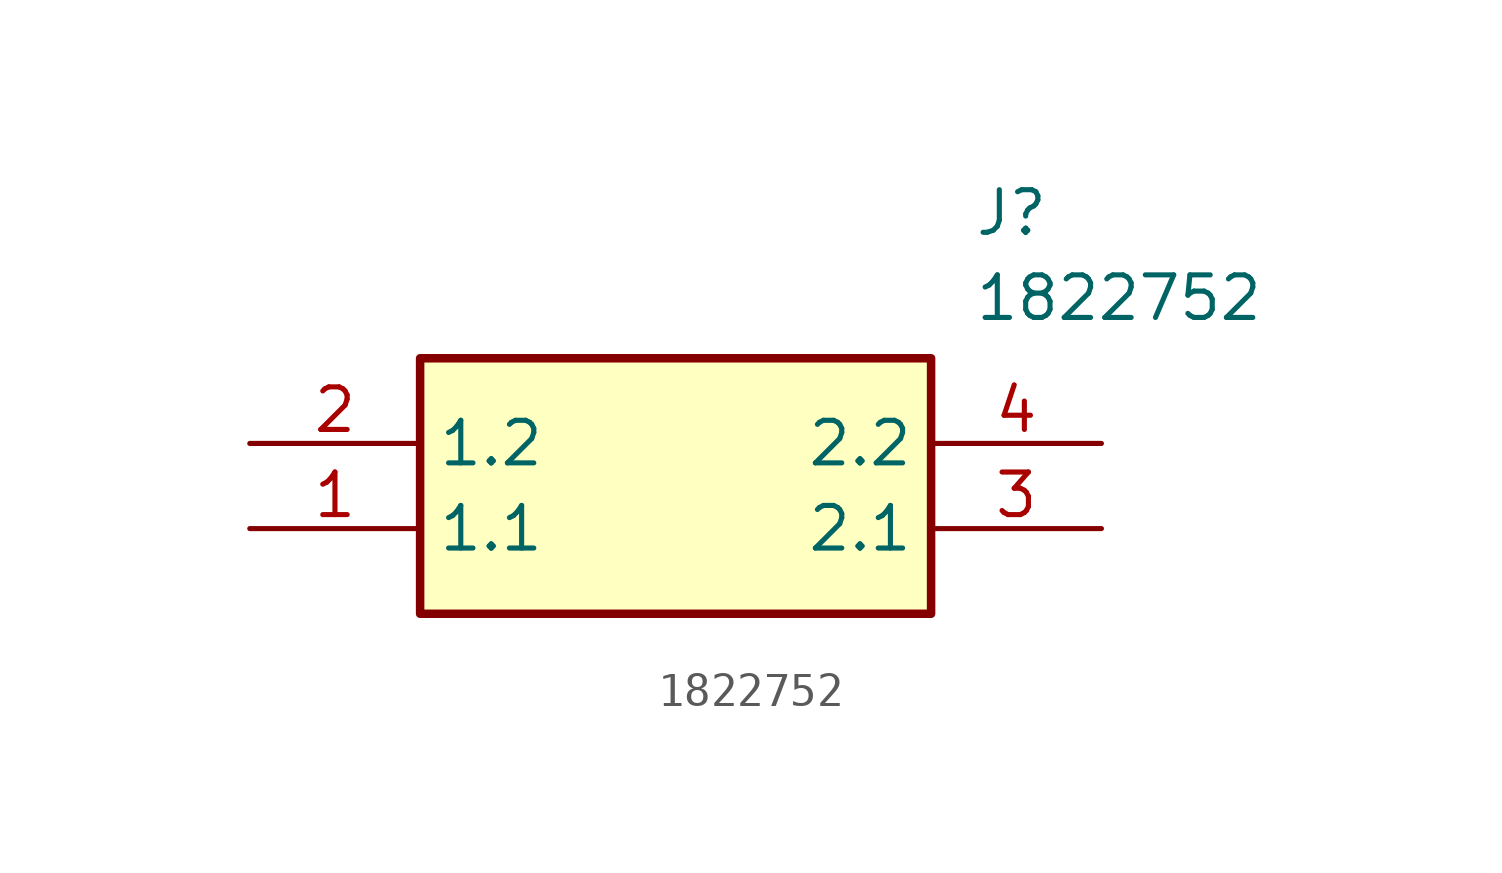
<source format=kicad_sym>
(kicad_symbol_lib
  (version 20211014)
  (generator SamacSys_ECAD_Model)
  (symbol "1822752"
    (property "Reference" "J"
      (at 21.59 7.62 0)
      (effects (font (size 1.27 1.27)) (justify left top)))
    (property "Value" "1822752"
      (at 21.59 5.08 0)
      (effects (font (size 1.27 1.27)) (justify left top)))
    (rectangle
      (start 5.08 2.54)
      (end 20.32 -5.08)
      (stroke (width 0.254) (type default))
      (fill (type background)))
    (pin passive line
      (at 0 -2.54 0)
      (length 5.08)
      (name "1.1" (effects (font (size 1.27 1.27))))
      (number "1" (effects (font (size 1.27 1.27)))))
    (pin passive line
      (at 0 0 0)
      (length 5.08)
      (name "1.2" (effects (font (size 1.27 1.27))))
      (number "2" (effects (font (size 1.27 1.27)))))
    (pin passive line
      (at 25.4 -2.54 180)
      (length 5.08)
      (name "2.1" (effects (font (size 1.27 1.27))))
      (number "3" (effects (font (size 1.27 1.27)))))
    (pin passive line
      (at 25.4 0 180)
      (length 5.08)
      (name "2.2" (effects (font (size 1.27 1.27))))
      (number "4" (effects (font (size 1.27 1.27)))))))
</source>
